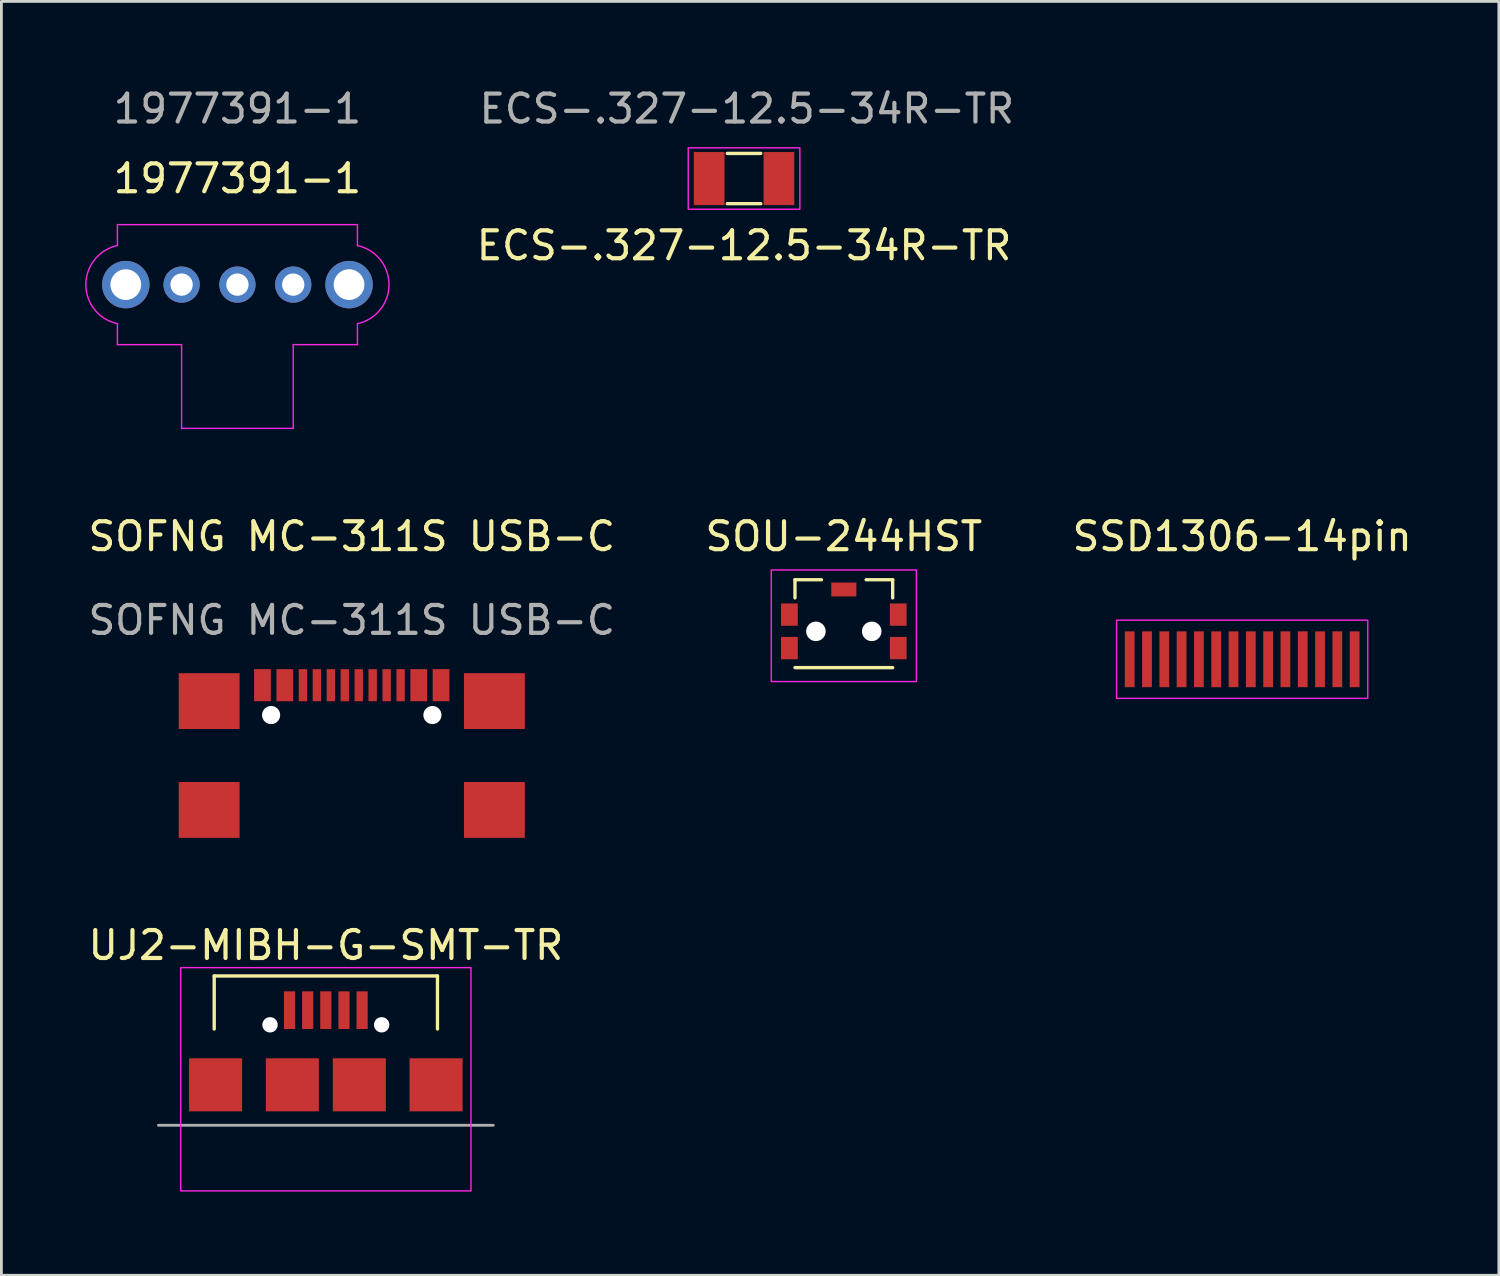
<source format=kicad_pcb>
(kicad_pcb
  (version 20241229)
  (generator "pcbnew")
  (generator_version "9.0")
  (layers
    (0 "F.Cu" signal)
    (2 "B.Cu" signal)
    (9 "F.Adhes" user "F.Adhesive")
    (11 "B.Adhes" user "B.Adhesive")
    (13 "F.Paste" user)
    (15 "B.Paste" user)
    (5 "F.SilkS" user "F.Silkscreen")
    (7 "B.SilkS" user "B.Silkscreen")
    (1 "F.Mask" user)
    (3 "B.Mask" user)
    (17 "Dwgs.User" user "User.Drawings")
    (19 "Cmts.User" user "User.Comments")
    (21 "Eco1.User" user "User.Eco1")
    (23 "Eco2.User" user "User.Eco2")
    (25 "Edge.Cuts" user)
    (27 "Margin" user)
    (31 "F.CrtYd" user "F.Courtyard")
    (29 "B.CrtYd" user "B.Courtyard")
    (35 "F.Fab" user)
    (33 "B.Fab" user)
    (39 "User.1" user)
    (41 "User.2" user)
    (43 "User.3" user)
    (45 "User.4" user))
  (footprint "ECS-.327-12.5-34R-TR"
    (layer "F.Cu")
    (at 23.61 3.348)
    (property "Reference" "ECS-.327-12.5-34R-TR" (at 0 2.4 0) (unlocked yes) (layer "F.SilkS") (effects (font (size 1 1) (thickness 0.15))))
    (attr smd)
    (fp_line (start -0.6 -0.9) (end 0.6 -0.9) (stroke (width 0.12) (type solid)) (layer "F.SilkS"))
    (fp_line (start -0.6 0.9) (end 0.6 0.9) (stroke (width 0.12) (type solid)) (layer "F.SilkS"))
    (fp_rect (start -2 -1.1) (end 2 1.1) (stroke (width 0.05) (type solid)) (fill no) (layer "F.CrtYd"))
    (fp_text user "${REFERENCE}" (at 0.1 -2.5 0) (unlocked yes) (layer "F.Fab") (effects (font (size 1 1) (thickness 0.15))))
    (pad "1" smd rect (at -1.25 0) (size 1.1 1.9) (layers "F.Cu" "F.Mask" "F.Paste"))
    (pad "2" smd rect (at 1.25 0) (size 1.1 1.9) (layers "F.Cu" "F.Mask" "F.Paste")))
  (footprint "SOU-244HST"
    (layer "F.Cu")
    (at 27.185 19.572)
    (property "Reference" "SOU-244HST" (at 0 -3.4 0) (unlocked yes) (layer "F.SilkS") (effects (font (size 1 1) (thickness 0.15))))
    (attr smd)
    (fp_line (start -1.75 -1.85) (end -1.75 -1.2) (stroke (width 0.12) (type solid)) (layer "F.SilkS"))
    (fp_line (start -0.8 -1.85) (end -1.75 -1.85) (stroke (width 0.12) (type solid)) (layer "F.SilkS"))
    (fp_line (start 1.75 -1.85) (end 0.8 -1.85) (stroke (width 0.12) (type solid)) (layer "F.SilkS"))
    (fp_line (start 1.75 -1.85) (end 1.75 -1.2) (stroke (width 0.12) (type solid)) (layer "F.SilkS"))
    (fp_line (start 1.75 1.3) (end -1.75 1.3) (stroke (width 0.12) (type solid)) (layer "F.SilkS"))
    (fp_rect (start -2.6 -2.2) (end 2.6 1.8) (stroke (width 0.05) (type solid)) (fill no) (layer "F.CrtYd"))
    (pad "" np_thru_hole circle (at -1 0) (size 0.7 0.7) (drill 0.7) (layers "*.Cu" "*.Mask"))
    (pad "" np_thru_hole circle (at 1 0) (size 0.7 0.7) (drill 0.7) (layers "*.Cu" "*.Mask"))
    (pad "1" smd rect (at -1.95 0.6) (size 0.6 0.8) (layers "F.Cu" "F.Mask" "F.Paste"))
    (pad "2" smd rect (at 0 -1.5 90) (size 0.5 0.9) (layers "F.Cu" "F.Mask" "F.Paste"))
    (pad "2" smd rect (at 1.95 -0.6) (size 0.6 0.8) (layers "F.Cu" "F.Mask" "F.Paste"))
    (pad "2" smd rect (at 1.95 0.6) (size 0.6 0.8) (layers "F.Cu" "F.Mask" "F.Paste"))
    (pad "3" smd rect (at -1.95 -0.6) (size 0.6 0.8) (layers "F.Cu" "F.Mask" "F.Paste")))
  (footprint "SSD1306-14pin"
    (layer "F.Cu")
    (at 41.458 20.572)
    (property "Reference" "SSD1306-14pin" (at 0 -4.4 0) (unlocked yes) (layer "F.SilkS") (effects (font (size 1 1) (thickness 0.15))))
    (attr smd)
    (fp_rect (start -4.5 -1.4) (end 4.5 1.4) (stroke (width 0.05) (type solid)) (fill no) (layer "F.CrtYd"))
    (pad "1" smd rect (at -4.03 0) (size 0.35 2) (layers "F.Cu" "F.Mask" "F.Paste"))
    (pad "2" smd rect (at -3.41 0) (size 0.35 2) (layers "F.Cu" "F.Mask" "F.Paste"))
    (pad "3" smd rect (at -2.79 0) (size 0.35 2) (layers "F.Cu" "F.Mask" "F.Paste"))
    (pad "4" smd rect (at -2.17 0) (size 0.35 2) (layers "F.Cu" "F.Mask" "F.Paste"))
    (pad "5" smd rect (at -1.55 0) (size 0.35 2) (layers "F.Cu" "F.Mask" "F.Paste"))
    (pad "6" smd rect (at -0.93 0) (size 0.35 2) (layers "F.Cu" "F.Mask" "F.Paste"))
    (pad "7" smd rect (at -0.31 0) (size 0.35 2) (layers "F.Cu" "F.Mask" "F.Paste"))
    (pad "8" smd rect (at 0.31 0) (size 0.35 2) (layers "F.Cu" "F.Mask" "F.Paste"))
    (pad "9" smd rect (at 0.93 0) (size 0.35 2) (layers "F.Cu" "F.Mask" "F.Paste"))
    (pad "10" smd rect (at 1.55 0) (size 0.35 2) (layers "F.Cu" "F.Mask" "F.Paste"))
    (pad "11" smd rect (at 2.17 0) (size 0.35 2) (layers "F.Cu" "F.Mask" "F.Paste"))
    (pad "12" smd rect (at 2.79 0) (size 0.35 2) (layers "F.Cu" "F.Mask" "F.Paste"))
    (pad "13" smd rect (at 3.41 0) (size 0.35 2) (layers "F.Cu" "F.Mask" "F.Paste"))
    (pad "14" smd rect (at 4.03 0) (size 0.35 2) (layers "F.Cu" "F.Mask" "F.Paste")))
  (footprint "1977391-1"
    (layer "F.Cu")
    (at 5.457 7.148)
    (property "Reference" "1977391-1" (at 0 -3.8 0) (unlocked yes) (layer "F.SilkS") (effects (font (size 1 1) (thickness 0.15))))
    (attr through_hole)
    (fp_line (start -4.3 -2.15) (end -4.3 -1.4) (stroke (width 0.05) (type solid)) (layer "F.CrtYd"))
    (fp_line (start -4.3 1.4) (end -4.3 2.15) (stroke (width 0.05) (type solid)) (layer "F.CrtYd"))
    (fp_line (start -4.3 2.15) (end -2 2.15) (stroke (width 0.05) (type solid)) (layer "F.CrtYd"))
    (fp_line (start -2 2.15) (end -2 5.15) (stroke (width 0.05) (type solid)) (layer "F.CrtYd"))
    (fp_line (start -2 5.15) (end 2 5.15) (stroke (width 0.05) (type solid)) (layer "F.CrtYd"))
    (fp_line (start 2 2.15) (end 2 5.15) (stroke (width 0.05) (type solid)) (layer "F.CrtYd"))
    (fp_line (start 2 2.15) (end 4.3 2.15) (stroke (width 0.05) (type solid)) (layer "F.CrtYd"))
    (fp_line (start 4.3 -2.15) (end -4.3 -2.15) (stroke (width 0.05) (type solid)) (layer "F.CrtYd"))
    (fp_line (start 4.3 -2.15) (end 4.3 -1.4) (stroke (width 0.05) (type solid)) (layer "F.CrtYd"))
    (fp_line (start 4.3 1.4) (end 4.3 2.15) (stroke (width 0.05) (type solid)) (layer "F.CrtYd"))
    (fp_arc (start -4.3 1.4) (mid -5.431782 0) (end -4.3 -1.4) (stroke (width 0.05) (type solid)) (layer "F.CrtYd"))
    (fp_arc (start 4.3 -1.4) (mid 5.431782 0) (end 4.3 1.4) (stroke (width 0.05) (type solid)) (layer "F.CrtYd"))
    (fp_text user "${REFERENCE}" (at 0 -6.3 0) (unlocked yes) (layer "F.Fab") (effects (font (size 1 1) (thickness 0.15))))
    (pad "" np_thru_hole circle (at -4 0) (size 1.7 1.7) (drill 1.1) (layers "*.Cu" "*.Mask"))
    (pad "" np_thru_hole circle (at 4 0) (size 1.7 1.7) (drill 1.1) (layers "*.Cu" "*.Mask"))
    (pad "1" thru_hole circle (at -2 0) (size 1.3 1.3) (drill 0.8) (layers "*.Cu" "*.Mask"))
    (pad "2" thru_hole circle (at 0 0) (size 1.3 1.3) (drill 0.8) (layers "*.Cu" "*.Mask"))
    (pad "3" thru_hole circle (at 2 0) (size 1.3 1.3) (drill 0.8) (layers "*.Cu" "*.Mask")))
  (footprint "UJ2-MIBH-G-SMT-TR"
    (layer "F.Cu")
    (at 8.625 35.82)
    (property "Reference" "UJ2-MIBH-G-SMT-TR" (at 0 -5 0) (unlocked yes) (layer "F.SilkS") (effects (font (size 1 1) (thickness 0.15))))
    (attr smd)
    (fp_line (start -4 -3.9) (end -4 -2) (stroke (width 0.12) (type solid)) (layer "F.SilkS"))
    (fp_line (start -4 -3.9) (end 4 -3.9) (stroke (width 0.12) (type solid)) (layer "F.SilkS"))
    (fp_line (start 4 -3.9) (end 4 -2) (stroke (width 0.12) (type solid)) (layer "F.SilkS"))
    (fp_rect (start -5.2 -4.2) (end 5.2 3.8) (stroke (width 0.05) (type solid)) (fill no) (layer "F.CrtYd"))
    (fp_line (start -6 1.45) (end 6 1.45) (stroke (width 0.1) (type solid)) (layer "F.Fab"))
    (pad "" np_thru_hole circle (at -2 -2.15) (size 0.55 0.55) (drill 0.55) (layers "*.Cu" "*.Mask"))
    (pad "" np_thru_hole circle (at 2 -2.15) (size 0.55 0.55) (drill 0.55) (layers "*.Cu" "*.Mask"))
    (pad "1" smd rect (at -1.3 -2.675) (size 0.4 1.35) (layers "F.Cu" "F.Mask" "F.Paste"))
    (pad "2" smd rect (at -0.65 -2.675) (size 0.4 1.35) (layers "F.Cu" "F.Mask" "F.Paste"))
    (pad "3" smd rect (at 0 -2.675) (size 0.4 1.35) (layers "F.Cu" "F.Mask" "F.Paste"))
    (pad "4" smd rect (at 0.65 -2.675) (size 0.4 1.35) (layers "F.Cu" "F.Mask" "F.Paste"))
    (pad "5" smd rect (at 1.3 -2.675) (size 0.4 1.35) (layers "F.Cu" "F.Mask" "F.Paste"))
    (pad "6" smd rect (at -3.95 0) (size 1.9 1.9) (layers "F.Cu" "F.Mask" "F.Paste"))
    (pad "6" smd rect (at -1.2 0) (size 1.9 1.9) (layers "F.Cu" "F.Mask" "F.Paste"))
    (pad "6" smd rect (at 1.2 0) (size 1.9 1.9) (layers "F.Cu" "F.Mask" "F.Paste"))
    (pad "6" smd rect (at 3.95 0) (size 1.9 1.9) (layers "F.Cu" "F.Mask" "F.Paste")))
  (footprint "SOFNG MC-311S USB-C"
    (layer "F.Cu")
    (at 9.554 25.971)
    (property "Reference" "SOFNG MC-311S USB-C" (at 0 -9.8 0) (unlocked yes) (layer "F.SilkS") (effects (font (size 1 1) (thickness 0.15))))
    (attr smd)
    (fp_text user "${REFERENCE}" (at 0 -6.8 0) (unlocked yes) (layer "F.Fab") (effects (font (size 1 1) (thickness 0.15))))
    (pad "" np_thru_hole circle (at -2.89 -3.4) (size 0.65 0.65) (drill 0.65) (layers "*.Cu" "*.Mask"))
    (pad "" np_thru_hole circle (at 2.89 -3.4) (size 0.65 0.65) (drill 0.65) (layers "*.Cu" "*.Mask"))
    (pad "A1" smd rect (at -3.2 -4.47) (size 0.6 1.15) (layers "F.Cu" "F.Mask" "F.Paste"))
    (pad "A1" smd rect (at 3.2 -4.47) (size 0.6 1.15) (layers "F.Cu" "F.Mask" "F.Paste"))
    (pad "A4" smd rect (at -2.4 -4.47) (size 0.6 1.15) (layers "F.Cu" "F.Mask" "F.Paste"))
    (pad "A4" smd rect (at 2.4 -4.47) (size 0.6 1.15) (layers "F.Cu" "F.Mask" "F.Paste"))
    (pad "A5" smd rect (at -1.25 -4.47) (size 0.3 1.15) (layers "F.Cu" "F.Mask" "F.Paste"))
    (pad "A6" smd rect (at -0.25 -4.47) (size 0.3 1.15) (layers "F.Cu" "F.Mask" "F.Paste"))
    (pad "A7" smd rect (at 0.25 -4.47) (size 0.3 1.15) (layers "F.Cu" "F.Mask" "F.Paste"))
    (pad "A8" smd rect (at 1.25 -4.47) (size 0.3 1.15) (layers "F.Cu" "F.Mask" "F.Paste"))
    (pad "B5" smd rect (at 1.75 -4.47) (size 0.3 1.15) (layers "F.Cu" "F.Mask" "F.Paste"))
    (pad "B6" smd rect (at 0.75 -4.47) (size 0.3 1.15) (layers "F.Cu" "F.Mask" "F.Paste"))
    (pad "B7" smd rect (at -0.75 -4.47) (size 0.3 1.15) (layers "F.Cu" "F.Mask" "F.Paste"))
    (pad "B8" smd rect (at -1.75 -4.47) (size 0.3 1.15) (layers "F.Cu" "F.Mask" "F.Paste"))
    (pad "S1" smd rect (at -5.11 -3.9) (size 2.18 2) (layers "F.Cu" "F.Mask" "F.Paste"))
    (pad "S1" smd rect (at -5.11 0) (size 2.18 2) (layers "F.Cu" "F.Mask" "F.Paste"))
    (pad "S1" smd rect (at 5.11 -3.9) (size 2.18 2) (layers "F.Cu" "F.Mask" "F.Paste"))
    (pad "S1" smd rect (at 5.11 0) (size 2.18 2) (layers "F.Cu" "F.Mask" "F.Paste")))
  (gr_rect
    (start -3 -3)
    (end 50.655 42.645)
    (stroke (width 0.1) (type default))
    (fill no)
    (layer "Edge.Cuts")))
</source>
